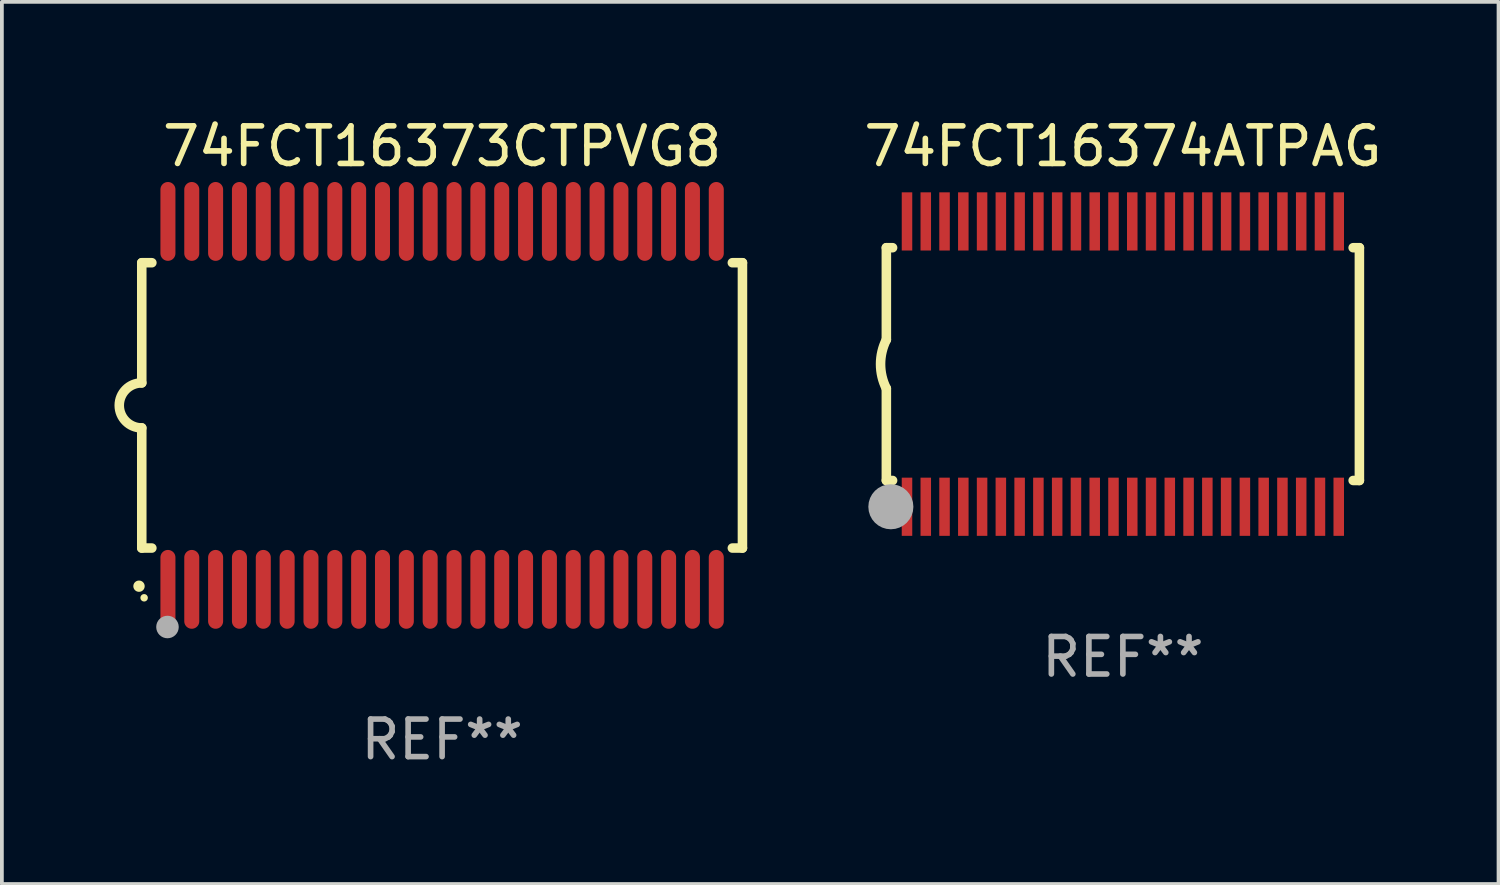
<source format=kicad_pcb>
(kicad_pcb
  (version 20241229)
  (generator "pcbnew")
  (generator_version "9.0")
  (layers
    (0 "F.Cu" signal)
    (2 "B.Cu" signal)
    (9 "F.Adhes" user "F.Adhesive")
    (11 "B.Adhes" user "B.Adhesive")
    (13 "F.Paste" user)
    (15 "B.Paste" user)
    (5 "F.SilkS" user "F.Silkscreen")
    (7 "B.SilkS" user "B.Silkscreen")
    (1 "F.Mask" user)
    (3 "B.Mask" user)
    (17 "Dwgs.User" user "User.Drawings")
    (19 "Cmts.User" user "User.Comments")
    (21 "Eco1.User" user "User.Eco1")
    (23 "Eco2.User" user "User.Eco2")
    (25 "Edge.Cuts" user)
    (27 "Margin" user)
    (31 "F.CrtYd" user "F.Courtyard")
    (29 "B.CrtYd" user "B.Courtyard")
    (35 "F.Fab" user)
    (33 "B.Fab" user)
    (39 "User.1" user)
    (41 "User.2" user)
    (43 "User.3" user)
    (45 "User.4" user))
  (footprint "74FCT16373CTPVG8"
    (layer "F.Cu")
    (at 8.726 7.748)
    (property "Reference" "74FCT16373CTPVG8" (at 0 -6.9 0) (layer "F.SilkS") (effects (font (size 1 1) (thickness 0.15))))
    (attr through_hole)
    (fp_line (start -8 -3.8) (end -8 -0.599) (stroke (width 0.254) (type solid)) (layer "F.SilkS"))
    (fp_line (start -8 -3.8) (end -7.731 -3.8) (stroke (width 0.254) (type solid)) (layer "F.SilkS"))
    (fp_line (start -8 3.8) (end -8 0.599) (stroke (width 0.254) (type solid)) (layer "F.SilkS"))
    (fp_line (start -7.731 3.8) (end -8 3.8) (stroke (width 0.254) (type solid)) (layer "F.SilkS"))
    (fp_line (start 7.731 -3.8) (end 8 -3.8) (stroke (width 0.254) (type solid)) (layer "F.SilkS"))
    (fp_line (start 8 -3.8) (end 8 3.8) (stroke (width 0.254) (type solid)) (layer "F.SilkS"))
    (fp_line (start 8 3.8) (end 7.731 3.8) (stroke (width 0.254) (type solid)) (layer "F.SilkS"))
    (fp_arc (start -8.074676 4.81585) (mid -8.073406 4.815845) (end -8.072136 4.81585) (stroke (width 0.3) (type solid)) (layer "F.SilkS"))
    (fp_arc (start -8.000025 0.6) (mid -8.598908 0.00056) (end -8.000027 -0.598882) (stroke (width 0.254001) (type solid)) (layer "F.SilkS"))
    (fp_circle (center -7.937 5.125) (end -7.887 5.125) (stroke (width 0.1) (type solid)) (fill no) (layer "F.SilkS"))
    (fp_circle (center -7.315 5.903) (end -7.165 5.903) (stroke (width 0.3) (type solid)) (fill no) (layer "F.Fab"))
    (fp_text user "REF**" (at 0 8.9 0) (layer "F.Fab") (effects (font (size 1 1) (thickness 0.15))))
    (pad "1" smd oval (at -7.303 4.9) (size 0.4 2.1) (layers "F.Cu" "F.Mask" "F.Paste"))
    (pad "2" smd oval (at -6.668 4.9) (size 0.4 2.1) (layers "F.Cu" "F.Mask" "F.Paste"))
    (pad "3" smd oval (at -6.033 4.9) (size 0.4 2.1) (layers "F.Cu" "F.Mask" "F.Paste"))
    (pad "4" smd oval (at -5.398 4.9) (size 0.4 2.1) (layers "F.Cu" "F.Mask" "F.Paste"))
    (pad "5" smd oval (at -4.763 4.9) (size 0.4 2.1) (layers "F.Cu" "F.Mask" "F.Paste"))
    (pad "6" smd oval (at -4.128 4.9) (size 0.4 2.1) (layers "F.Cu" "F.Mask" "F.Paste"))
    (pad "7" smd oval (at -3.493 4.9) (size 0.4 2.1) (layers "F.Cu" "F.Mask" "F.Paste"))
    (pad "8" smd oval (at -2.858 4.9) (size 0.4 2.1) (layers "F.Cu" "F.Mask" "F.Paste"))
    (pad "9" smd oval (at -2.223 4.9) (size 0.4 2.1) (layers "F.Cu" "F.Mask" "F.Paste"))
    (pad "10" smd oval (at -1.588 4.9) (size 0.4 2.1) (layers "F.Cu" "F.Mask" "F.Paste"))
    (pad "11" smd oval (at -0.953 4.9) (size 0.4 2.1) (layers "F.Cu" "F.Mask" "F.Paste"))
    (pad "12" smd oval (at -0.318 4.9) (size 0.4 2.1) (layers "F.Cu" "F.Mask" "F.Paste"))
    (pad "13" smd oval (at 0.318 4.9) (size 0.4 2.1) (layers "F.Cu" "F.Mask" "F.Paste"))
    (pad "14" smd oval (at 0.953 4.9) (size 0.4 2.1) (layers "F.Cu" "F.Mask" "F.Paste"))
    (pad "15" smd oval (at 1.588 4.9) (size 0.4 2.1) (layers "F.Cu" "F.Mask" "F.Paste"))
    (pad "16" smd oval (at 2.223 4.9) (size 0.4 2.1) (layers "F.Cu" "F.Mask" "F.Paste"))
    (pad "17" smd oval (at 2.858 4.9) (size 0.4 2.1) (layers "F.Cu" "F.Mask" "F.Paste"))
    (pad "18" smd oval (at 3.493 4.9) (size 0.4 2.1) (layers "F.Cu" "F.Mask" "F.Paste"))
    (pad "19" smd oval (at 4.128 4.9) (size 0.4 2.1) (layers "F.Cu" "F.Mask" "F.Paste"))
    (pad "20" smd oval (at 4.763 4.9) (size 0.4 2.1) (layers "F.Cu" "F.Mask" "F.Paste"))
    (pad "21" smd oval (at 5.398 4.9) (size 0.4 2.1) (layers "F.Cu" "F.Mask" "F.Paste"))
    (pad "22" smd oval (at 6.033 4.9) (size 0.4 2.1) (layers "F.Cu" "F.Mask" "F.Paste"))
    (pad "23" smd oval (at 6.668 4.9) (size 0.4 2.1) (layers "F.Cu" "F.Mask" "F.Paste"))
    (pad "24" smd oval (at 7.303 4.9) (size 0.4 2.1) (layers "F.Cu" "F.Mask" "F.Paste"))
    (pad "25" smd oval (at 7.303 -4.9 180) (size 0.4 2.1) (layers "F.Cu" "F.Mask" "F.Paste"))
    (pad "26" smd oval (at 6.668 -4.9 180) (size 0.4 2.1) (layers "F.Cu" "F.Mask" "F.Paste"))
    (pad "27" smd oval (at 6.033 -4.9 180) (size 0.4 2.1) (layers "F.Cu" "F.Mask" "F.Paste"))
    (pad "28" smd oval (at 5.398 -4.9 180) (size 0.4 2.1) (layers "F.Cu" "F.Mask" "F.Paste"))
    (pad "29" smd oval (at 4.763 -4.9 180) (size 0.4 2.1) (layers "F.Cu" "F.Mask" "F.Paste"))
    (pad "30" smd oval (at 4.128 -4.9 180) (size 0.4 2.1) (layers "F.Cu" "F.Mask" "F.Paste"))
    (pad "31" smd oval (at 3.493 -4.9 180) (size 0.4 2.1) (layers "F.Cu" "F.Mask" "F.Paste"))
    (pad "32" smd oval (at 2.858 -4.9 180) (size 0.4 2.1) (layers "F.Cu" "F.Mask" "F.Paste"))
    (pad "33" smd oval (at 2.223 -4.9 180) (size 0.4 2.1) (layers "F.Cu" "F.Mask" "F.Paste"))
    (pad "34" smd oval (at 1.588 -4.9 180) (size 0.4 2.1) (layers "F.Cu" "F.Mask" "F.Paste"))
    (pad "35" smd oval (at 0.953 -4.9 180) (size 0.4 2.1) (layers "F.Cu" "F.Mask" "F.Paste"))
    (pad "36" smd oval (at 0.318 -4.9 180) (size 0.4 2.1) (layers "F.Cu" "F.Mask" "F.Paste"))
    (pad "37" smd oval (at -0.318 -4.9 180) (size 0.4 2.1) (layers "F.Cu" "F.Mask" "F.Paste"))
    (pad "38" smd oval (at -0.953 -4.9 180) (size 0.4 2.1) (layers "F.Cu" "F.Mask" "F.Paste"))
    (pad "39" smd oval (at -1.588 -4.9 180) (size 0.4 2.1) (layers "F.Cu" "F.Mask" "F.Paste"))
    (pad "40" smd oval (at -2.223 -4.9 180) (size 0.4 2.1) (layers "F.Cu" "F.Mask" "F.Paste"))
    (pad "41" smd oval (at -2.858 -4.9 180) (size 0.4 2.1) (layers "F.Cu" "F.Mask" "F.Paste"))
    (pad "42" smd oval (at -3.493 -4.9 180) (size 0.4 2.1) (layers "F.Cu" "F.Mask" "F.Paste"))
    (pad "43" smd oval (at -4.128 -4.9 180) (size 0.4 2.1) (layers "F.Cu" "F.Mask" "F.Paste"))
    (pad "44" smd oval (at -4.763 -4.9 180) (size 0.4 2.1) (layers "F.Cu" "F.Mask" "F.Paste"))
    (pad "45" smd oval (at -5.398 -4.9 180) (size 0.4 2.1) (layers "F.Cu" "F.Mask" "F.Paste"))
    (pad "46" smd oval (at -6.033 -4.9 180) (size 0.4 2.1) (layers "F.Cu" "F.Mask" "F.Paste"))
    (pad "47" smd oval (at -6.668 -4.9 180) (size 0.4 2.1) (layers "F.Cu" "F.Mask" "F.Paste"))
    (pad "48" smd oval (at -7.303 -4.9 180) (size 0.4 2.1) (layers "F.Cu" "F.Mask" "F.Paste")))
  (footprint "74FCT16374ATPAG"
    (layer "F.Cu")
    (at 26.859 6.648)
    (property "Reference" "74FCT16374ATPAG" (at 0 -5.8 0) (layer "F.SilkS") (effects (font (size 1 1) (thickness 0.15))))
    (attr through_hole)
    (fp_line (start -6.3 -3.1) (end -6.3 -0.65) (stroke (width 0.254) (type solid)) (layer "F.SilkS"))
    (fp_line (start -6.3 -3.1) (end -6.134 -3.1) (stroke (width 0.254) (type solid)) (layer "F.SilkS"))
    (fp_line (start -6.3 3.1) (end -6.3 0.65) (stroke (width 0.254) (type solid)) (layer "F.SilkS"))
    (fp_line (start -6.3 3.1) (end -6.134 3.1) (stroke (width 0.254) (type solid)) (layer "F.SilkS"))
    (fp_line (start 6.134 -3.1) (end 6.3 -3.1) (stroke (width 0.254) (type solid)) (layer "F.SilkS"))
    (fp_line (start 6.134 3.1) (end 6.3 3.1) (stroke (width 0.254) (type solid)) (layer "F.SilkS"))
    (fp_line (start 6.3 -3.1) (end 6.3 3.1) (stroke (width 0.254) (type solid)) (layer "F.SilkS"))
    (fp_arc (start -6.301016 0.650114) (mid -6.45413 -0.000082) (end -6.3 -0.650038) (stroke (width 0.254001) (type solid)) (layer "F.SilkS"))
    (fp_circle (center -6.35 3.81) (end -6.223 3.81) (stroke (width 0.254) (type solid)) (fill no) (layer "F.SilkS"))
    (fp_circle (center -6.25 4.05) (end -6.22 4.05) (stroke (width 0.06) (type solid)) (fill no) (layer "F.SilkS"))
    (fp_circle (center -6.18 3.8) (end -5.88 3.8) (stroke (width 0.6) (type solid)) (fill no) (layer "F.Fab"))
    (fp_text user "REF**" (at 0 7.8 0) (layer "F.Fab") (effects (font (size 1 1) (thickness 0.15))))
    (pad "1" smd rect (at -5.75 3.8) (size 0.28 1.55) (layers "F.Cu" "F.Mask" "F.Paste"))
    (pad "2" smd rect (at -5.25 3.8) (size 0.28 1.55) (layers "F.Cu" "F.Mask" "F.Paste"))
    (pad "3" smd rect (at -4.75 3.8) (size 0.28 1.55) (layers "F.Cu" "F.Mask" "F.Paste"))
    (pad "4" smd rect (at -4.25 3.8) (size 0.28 1.55) (layers "F.Cu" "F.Mask" "F.Paste"))
    (pad "5" smd rect (at -3.75 3.8) (size 0.28 1.55) (layers "F.Cu" "F.Mask" "F.Paste"))
    (pad "6" smd rect (at -3.25 3.8) (size 0.28 1.55) (layers "F.Cu" "F.Mask" "F.Paste"))
    (pad "7" smd rect (at -2.75 3.8) (size 0.28 1.55) (layers "F.Cu" "F.Mask" "F.Paste"))
    (pad "8" smd rect (at -2.25 3.8) (size 0.28 1.55) (layers "F.Cu" "F.Mask" "F.Paste"))
    (pad "9" smd rect (at -1.75 3.8) (size 0.28 1.55) (layers "F.Cu" "F.Mask" "F.Paste"))
    (pad "10" smd rect (at -1.25 3.8) (size 0.28 1.55) (layers "F.Cu" "F.Mask" "F.Paste"))
    (pad "11" smd rect (at -0.75 3.8) (size 0.28 1.55) (layers "F.Cu" "F.Mask" "F.Paste"))
    (pad "12" smd rect (at -0.25 3.8) (size 0.28 1.55) (layers "F.Cu" "F.Mask" "F.Paste"))
    (pad "13" smd rect (at 0.25 3.8) (size 0.28 1.55) (layers "F.Cu" "F.Mask" "F.Paste"))
    (pad "14" smd rect (at 0.75 3.8) (size 0.28 1.55) (layers "F.Cu" "F.Mask" "F.Paste"))
    (pad "15" smd rect (at 1.25 3.8) (size 0.28 1.55) (layers "F.Cu" "F.Mask" "F.Paste"))
    (pad "16" smd rect (at 1.75 3.8) (size 0.28 1.55) (layers "F.Cu" "F.Mask" "F.Paste"))
    (pad "17" smd rect (at 2.25 3.8) (size 0.28 1.55) (layers "F.Cu" "F.Mask" "F.Paste"))
    (pad "18" smd rect (at 2.75 3.8) (size 0.28 1.55) (layers "F.Cu" "F.Mask" "F.Paste"))
    (pad "19" smd rect (at 3.25 3.8) (size 0.28 1.55) (layers "F.Cu" "F.Mask" "F.Paste"))
    (pad "20" smd rect (at 3.75 3.8) (size 0.28 1.55) (layers "F.Cu" "F.Mask" "F.Paste"))
    (pad "21" smd rect (at 4.25 3.8) (size 0.28 1.55) (layers "F.Cu" "F.Mask" "F.Paste"))
    (pad "22" smd rect (at 4.75 3.8) (size 0.28 1.55) (layers "F.Cu" "F.Mask" "F.Paste"))
    (pad "23" smd rect (at 5.25 3.8) (size 0.28 1.55) (layers "F.Cu" "F.Mask" "F.Paste"))
    (pad "24" smd rect (at 5.75 3.8) (size 0.28 1.55) (layers "F.Cu" "F.Mask" "F.Paste"))
    (pad "25" smd rect (at 5.75 -3.8) (size 0.28 1.55) (layers "F.Cu" "F.Mask" "F.Paste"))
    (pad "26" smd rect (at 5.25 -3.8) (size 0.28 1.55) (layers "F.Cu" "F.Mask" "F.Paste"))
    (pad "27" smd rect (at 4.75 -3.8) (size 0.28 1.55) (layers "F.Cu" "F.Mask" "F.Paste"))
    (pad "28" smd rect (at 4.25 -3.8) (size 0.28 1.55) (layers "F.Cu" "F.Mask" "F.Paste"))
    (pad "29" smd rect (at 3.75 -3.8) (size 0.28 1.55) (layers "F.Cu" "F.Mask" "F.Paste"))
    (pad "30" smd rect (at 3.25 -3.8) (size 0.28 1.55) (layers "F.Cu" "F.Mask" "F.Paste"))
    (pad "31" smd rect (at 2.75 -3.8) (size 0.28 1.55) (layers "F.Cu" "F.Mask" "F.Paste"))
    (pad "32" smd rect (at 2.25 -3.8) (size 0.28 1.55) (layers "F.Cu" "F.Mask" "F.Paste"))
    (pad "33" smd rect (at 1.75 -3.8) (size 0.28 1.55) (layers "F.Cu" "F.Mask" "F.Paste"))
    (pad "34" smd rect (at 1.25 -3.8) (size 0.28 1.55) (layers "F.Cu" "F.Mask" "F.Paste"))
    (pad "35" smd rect (at 0.75 -3.8) (size 0.28 1.55) (layers "F.Cu" "F.Mask" "F.Paste"))
    (pad "36" smd rect (at 0.25 -3.8) (size 0.28 1.55) (layers "F.Cu" "F.Mask" "F.Paste"))
    (pad "37" smd rect (at -0.25 -3.8) (size 0.28 1.55) (layers "F.Cu" "F.Mask" "F.Paste"))
    (pad "38" smd rect (at -0.75 -3.8) (size 0.28 1.55) (layers "F.Cu" "F.Mask" "F.Paste"))
    (pad "39" smd rect (at -1.25 -3.8) (size 0.28 1.55) (layers "F.Cu" "F.Mask" "F.Paste"))
    (pad "40" smd rect (at -1.75 -3.8) (size 0.28 1.55) (layers "F.Cu" "F.Mask" "F.Paste"))
    (pad "41" smd rect (at -2.25 -3.8) (size 0.28 1.55) (layers "F.Cu" "F.Mask" "F.Paste"))
    (pad "42" smd rect (at -2.75 -3.8) (size 0.28 1.55) (layers "F.Cu" "F.Mask" "F.Paste"))
    (pad "43" smd rect (at -3.25 -3.8) (size 0.28 1.55) (layers "F.Cu" "F.Mask" "F.Paste"))
    (pad "44" smd rect (at -3.75 -3.8) (size 0.28 1.55) (layers "F.Cu" "F.Mask" "F.Paste"))
    (pad "45" smd rect (at -4.25 -3.8) (size 0.28 1.55) (layers "F.Cu" "F.Mask" "F.Paste"))
    (pad "46" smd rect (at -4.75 -3.8) (size 0.28 1.55) (layers "F.Cu" "F.Mask" "F.Paste"))
    (pad "47" smd rect (at -5.25 -3.8) (size 0.28 1.55) (layers "F.Cu" "F.Mask" "F.Paste"))
    (pad "48" smd rect (at -5.75 -3.8) (size 0.28 1.55) (layers "F.Cu" "F.Mask" "F.Paste")))
  (gr_rect
    (start -3 -3)
    (end 36.865 20.496)
    (stroke (width 0.1) (type default))
    (fill no)
    (layer "Edge.Cuts")))
</source>
